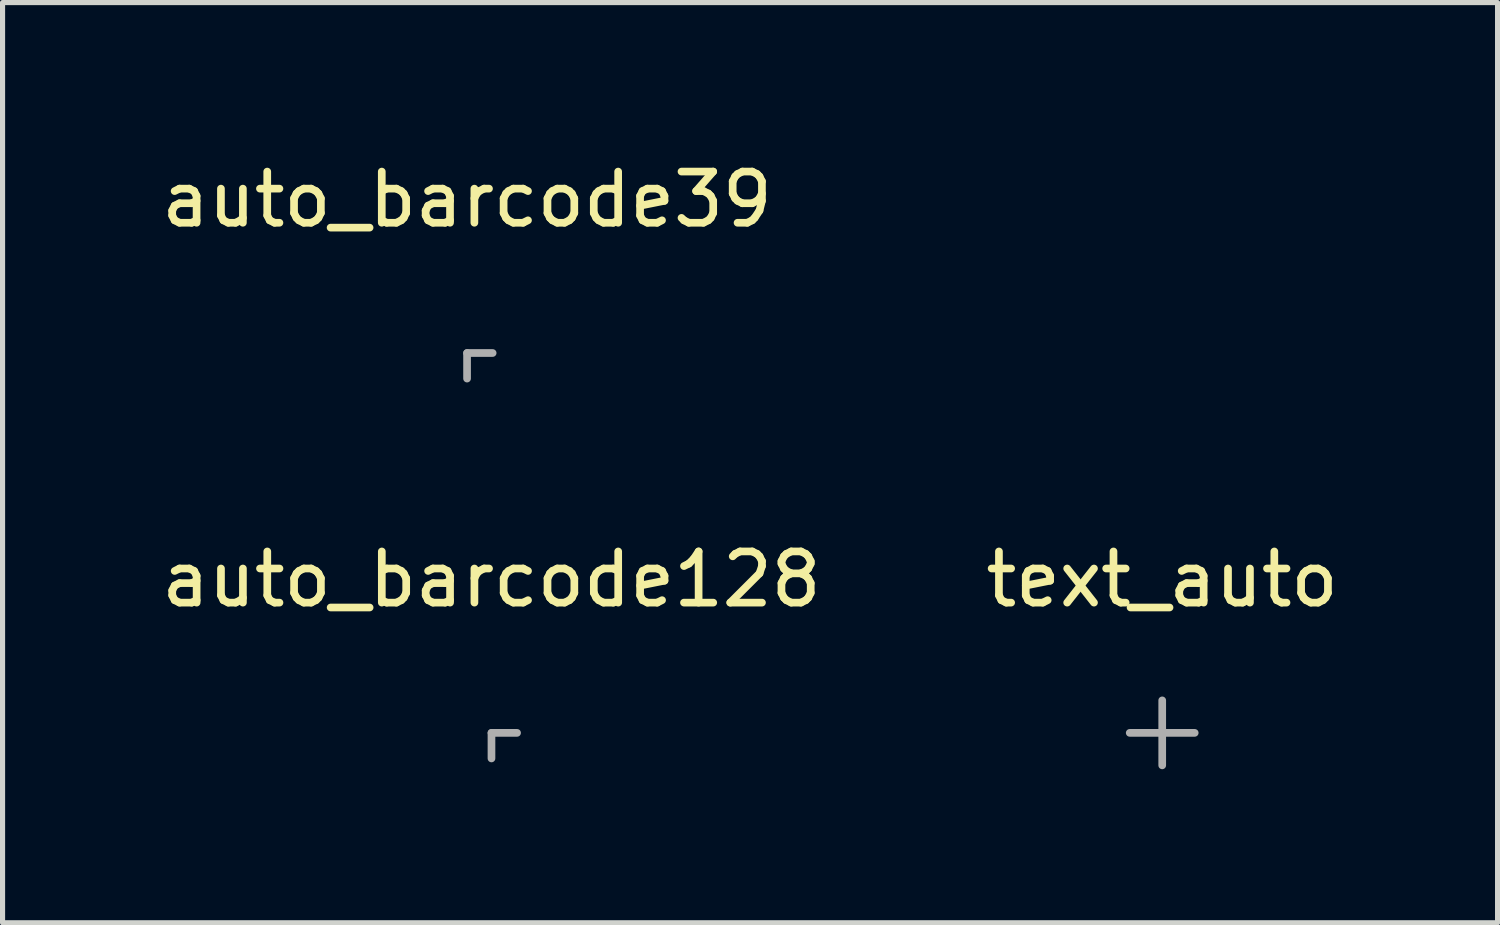
<source format=kicad_pcb>
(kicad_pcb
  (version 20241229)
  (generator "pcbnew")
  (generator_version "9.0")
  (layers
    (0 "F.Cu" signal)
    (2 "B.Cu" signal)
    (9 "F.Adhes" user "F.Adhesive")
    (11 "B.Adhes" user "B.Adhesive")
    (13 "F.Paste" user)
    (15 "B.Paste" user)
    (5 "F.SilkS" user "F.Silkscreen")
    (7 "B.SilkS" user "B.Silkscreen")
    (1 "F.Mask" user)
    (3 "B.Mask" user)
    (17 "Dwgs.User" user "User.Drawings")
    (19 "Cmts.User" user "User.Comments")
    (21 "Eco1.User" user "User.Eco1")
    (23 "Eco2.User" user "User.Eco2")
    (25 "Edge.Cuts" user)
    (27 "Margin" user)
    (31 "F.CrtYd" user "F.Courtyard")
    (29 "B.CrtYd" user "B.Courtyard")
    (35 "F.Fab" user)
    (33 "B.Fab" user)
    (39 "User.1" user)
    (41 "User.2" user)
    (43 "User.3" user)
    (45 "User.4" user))
  (footprint "auto_barcode39"
    (layer "F.Cu")
    (at 6.077 3.848)
    (property "Reference" "auto_barcode39" (at 0 -3 0) (layer "F.SilkS") (effects (font (size 1 1) (thickness 0.15))))
    (attr through_hole)
    (fp_line (start 0 0) (end 0 0.5) (stroke (width 0.15) (type solid)) (layer "F.Fab"))
    (fp_line (start 0.5 0) (end 0 0) (stroke (width 0.15) (type solid)) (layer "F.Fab")))
  (footprint "auto_barcode128"
    (layer "F.Cu")
    (at 6.554 11.271)
    (property "Reference" "auto_barcode128" (at 0 -3 0) (layer "F.SilkS") (effects (font (size 1 1) (thickness 0.15))))
    (attr through_hole)
    (fp_line (start 0 0) (end 0 0.5) (stroke (width 0.15) (type solid)) (layer "F.Fab"))
    (fp_line (start 0.5 0) (end 0 0) (stroke (width 0.15) (type solid)) (layer "F.Fab")))
  (footprint "text_auto"
    (layer "F.Cu")
    (at 19.661 11.271)
    (property "Reference" "text_auto" (at 0 -3 0) (layer "F.SilkS") (effects (font (size 1 1) (thickness 0.15))))
    (attr through_hole)
    (fp_line (start -0.635 0) (end 0.635 0) (stroke (width 0.15) (type solid)) (layer "F.Fab"))
    (fp_line (start 0 0.635) (end 0 -0.635) (stroke (width 0.15) (type solid)) (layer "F.Fab")))
  (gr_rect
    (start -3 -3)
    (end 26.214 14.982)
    (stroke (width 0.1) (type default))
    (fill no)
    (layer "Edge.Cuts")))
</source>
